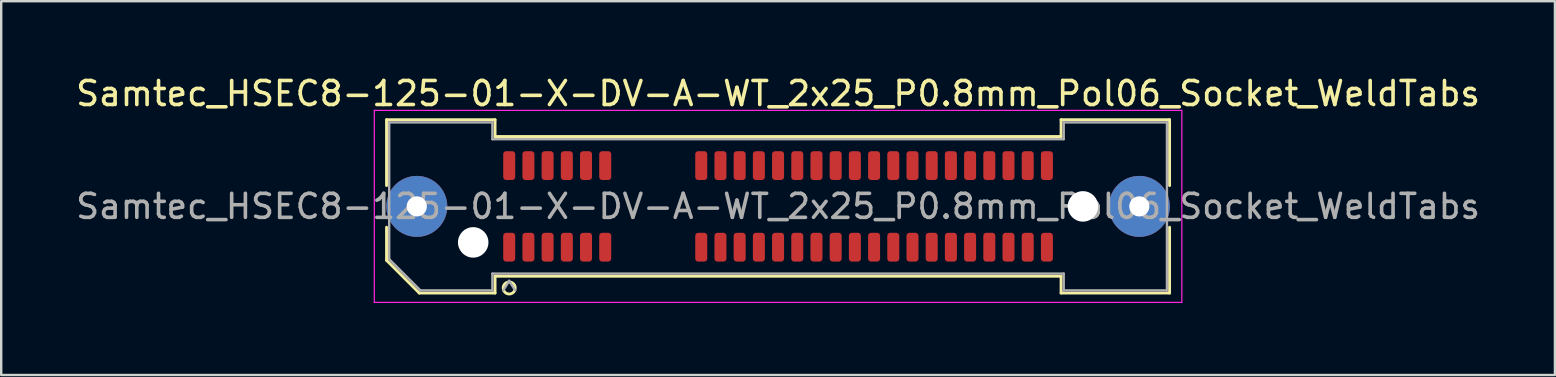
<source format=kicad_pcb>
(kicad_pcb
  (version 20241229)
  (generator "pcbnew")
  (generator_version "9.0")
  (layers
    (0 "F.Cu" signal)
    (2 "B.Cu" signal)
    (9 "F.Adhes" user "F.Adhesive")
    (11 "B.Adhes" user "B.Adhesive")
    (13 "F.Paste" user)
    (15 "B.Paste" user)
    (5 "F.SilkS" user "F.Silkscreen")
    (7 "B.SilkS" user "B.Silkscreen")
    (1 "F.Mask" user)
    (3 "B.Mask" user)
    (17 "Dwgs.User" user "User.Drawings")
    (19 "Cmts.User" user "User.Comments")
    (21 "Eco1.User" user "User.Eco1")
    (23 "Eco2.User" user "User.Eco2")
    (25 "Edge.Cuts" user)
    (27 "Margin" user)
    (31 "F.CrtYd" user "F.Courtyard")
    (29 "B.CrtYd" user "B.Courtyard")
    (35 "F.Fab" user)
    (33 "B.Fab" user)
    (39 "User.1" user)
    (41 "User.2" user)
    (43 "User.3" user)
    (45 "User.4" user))
  (footprint "Samtec_HSEC8-125-01-X-DV-A-WT_2x25_P0.8mm_Pol06_Socket_WeldTabs"
    (layer "F.Cu")
    (at 29.363 5.548)
    (property "Reference" "Samtec_HSEC8-125-01-X-DV-A-WT_2x25_P0.8mm_Pol06_Socket_WeldTabs" (at 0 -4.7 0) (layer "F.SilkS") (effects (font (size 1 1) (thickness 0.15))))
    (attr smd)
    (fp_line (start -16.31 -3.61) (end -11.79 -3.61) (stroke (width 0.12) (type solid)) (layer "F.SilkS"))
    (fp_line (start -16.31 -0.868) (end -16.31 -3.61) (stroke (width 0.12) (type solid)) (layer "F.SilkS"))
    (fp_line (start -16.31 2.246) (end -16.31 0.868) (stroke (width 0.12) (type solid)) (layer "F.SilkS"))
    (fp_line (start -14.946 3.61) (end -16.31 2.246) (stroke (width 0.12) (type solid)) (layer "F.SilkS"))
    (fp_line (start -11.79 -3.61) (end -11.79 -2.91) (stroke (width 0.12) (type solid)) (layer "F.SilkS"))
    (fp_line (start -11.79 -2.91) (end 11.79 -2.91) (stroke (width 0.12) (type solid)) (layer "F.SilkS"))
    (fp_line (start -11.79 2.91) (end -11.79 3.61) (stroke (width 0.12) (type solid)) (layer "F.SilkS"))
    (fp_line (start -11.79 3.61) (end -14.946 3.61) (stroke (width 0.12) (type solid)) (layer "F.SilkS"))
    (fp_line (start 11.79 -3.61) (end 16.31 -3.61) (stroke (width 0.12) (type solid)) (layer "F.SilkS"))
    (fp_line (start 11.79 -2.91) (end 11.79 -3.61) (stroke (width 0.12) (type solid)) (layer "F.SilkS"))
    (fp_line (start 11.79 2.91) (end -11.79 2.91) (stroke (width 0.12) (type solid)) (layer "F.SilkS"))
    (fp_line (start 11.79 3.61) (end 11.79 2.91) (stroke (width 0.12) (type solid)) (layer "F.SilkS"))
    (fp_line (start 16.31 -3.61) (end 16.31 -0.868) (stroke (width 0.12) (type solid)) (layer "F.SilkS"))
    (fp_line (start 16.31 0.868) (end 16.31 3.61) (stroke (width 0.12) (type solid)) (layer "F.SilkS"))
    (fp_line (start 16.31 3.61) (end 11.79 3.61) (stroke (width 0.12) (type solid)) (layer "F.SilkS"))
    (fp_arc (start -10.95 3.4) (mid -11.45 3.4) (end -10.95 3.4) (stroke (width 0.12) (type solid)) (layer "F.SilkS"))
    (fp_line (start -16.82 -4) (end -16.82 4) (stroke (width 0.05) (type solid)) (layer "F.CrtYd"))
    (fp_line (start -16.82 4) (end 16.82 4) (stroke (width 0.05) (type solid)) (layer "F.CrtYd"))
    (fp_line (start 16.82 -4) (end -16.82 -4) (stroke (width 0.05) (type solid)) (layer "F.CrtYd"))
    (fp_line (start 16.82 4) (end 16.82 -4) (stroke (width 0.05) (type solid)) (layer "F.CrtYd"))
    (fp_line (start -16.2 -3.5) (end -11.9 -3.5) (stroke (width 0.1) (type solid)) (layer "F.Fab"))
    (fp_line (start -16.2 2.2) (end -16.2 -3.5) (stroke (width 0.1) (type solid)) (layer "F.Fab"))
    (fp_line (start -14.9 3.5) (end -16.2 2.2) (stroke (width 0.1) (type solid)) (layer "F.Fab"))
    (fp_line (start -11.9 -3.5) (end -11.9 -2.8) (stroke (width 0.1) (type solid)) (layer "F.Fab"))
    (fp_line (start -11.9 -2.8) (end 11.9 -2.8) (stroke (width 0.1) (type solid)) (layer "F.Fab"))
    (fp_line (start -11.9 2.8) (end -11.9 3.5) (stroke (width 0.1) (type solid)) (layer "F.Fab"))
    (fp_line (start -11.9 3.5) (end -14.9 3.5) (stroke (width 0.1) (type solid)) (layer "F.Fab"))
    (fp_line (start -11.2 3.1) (end -11.45 3.5) (stroke (width 0.1) (type solid)) (layer "F.Fab"))
    (fp_line (start -11.2 3.1) (end -10.95 3.5) (stroke (width 0.1) (type solid)) (layer "F.Fab"))
    (fp_line (start 11.9 -3.5) (end 16.2 -3.5) (stroke (width 0.1) (type solid)) (layer "F.Fab"))
    (fp_line (start 11.9 -2.8) (end 11.9 -3.5) (stroke (width 0.1) (type solid)) (layer "F.Fab"))
    (fp_line (start 11.9 2.8) (end -11.9 2.8) (stroke (width 0.1) (type solid)) (layer "F.Fab"))
    (fp_line (start 11.9 3.5) (end 11.9 2.8) (stroke (width 0.1) (type solid)) (layer "F.Fab"))
    (fp_line (start 16.2 -3.5) (end 16.2 3.5) (stroke (width 0.1) (type solid)) (layer "F.Fab"))
    (fp_line (start 16.2 3.5) (end 11.9 3.5) (stroke (width 0.1) (type solid)) (layer "F.Fab"))
    (fp_text user "${REFERENCE}" (at 0 0 0) (layer "F.Fab") (effects (font (size 1 1) (thickness 0.15))))
    (pad "" thru_hole circle (at -15.05 0) (size 2.54 2.54) (drill 0.84) (layers "*.Cu" "*.Mask" "F.Paste"))
    (pad "" np_thru_hole circle (at -12.7 1.5) (size 1.27 1.27) (drill 1.27) (layers "*.Cu" "*.Mask"))
    (pad "" np_thru_hole circle (at 12.7 0) (size 1.27 1.27) (drill 1.27) (layers "*.Cu" "*.Mask"))
    (pad "" thru_hole circle (at 15.05 0) (size 2.54 2.54) (drill 0.84) (layers "*.Cu" "*.Mask" "F.Paste"))
    (pad "1" smd roundrect (at -11.2 1.7) (size 0.5 1.2) (layers "F.Cu" "F.Mask" "F.Paste") (roundrect_rratio 0.25))
    (pad "2" smd roundrect (at -11.2 -1.7) (size 0.5 1.2) (layers "F.Cu" "F.Mask" "F.Paste") (roundrect_rratio 0.25))
    (pad "3" smd roundrect (at -10.4 1.7) (size 0.5 1.2) (layers "F.Cu" "F.Mask" "F.Paste") (roundrect_rratio 0.25))
    (pad "4" smd roundrect (at -10.4 -1.7) (size 0.5 1.2) (layers "F.Cu" "F.Mask" "F.Paste") (roundrect_rratio 0.25))
    (pad "5" smd roundrect (at -9.6 1.7) (size 0.5 1.2) (layers "F.Cu" "F.Mask" "F.Paste") (roundrect_rratio 0.25))
    (pad "6" smd roundrect (at -9.6 -1.7) (size 0.5 1.2) (layers "F.Cu" "F.Mask" "F.Paste") (roundrect_rratio 0.25))
    (pad "7" smd roundrect (at -8.8 1.7) (size 0.5 1.2) (layers "F.Cu" "F.Mask" "F.Paste") (roundrect_rratio 0.25))
    (pad "8" smd roundrect (at -8.8 -1.7) (size 0.5 1.2) (layers "F.Cu" "F.Mask" "F.Paste") (roundrect_rratio 0.25))
    (pad "9" smd roundrect (at -8 1.7) (size 0.5 1.2) (layers "F.Cu" "F.Mask" "F.Paste") (roundrect_rratio 0.25))
    (pad "10" smd roundrect (at -8 -1.7) (size 0.5 1.2) (layers "F.Cu" "F.Mask" "F.Paste") (roundrect_rratio 0.25))
    (pad "11" smd roundrect (at -7.2 1.7) (size 0.5 1.2) (layers "F.Cu" "F.Mask" "F.Paste") (roundrect_rratio 0.25))
    (pad "12" smd roundrect (at -7.2 -1.7) (size 0.5 1.2) (layers "F.Cu" "F.Mask" "F.Paste") (roundrect_rratio 0.25))
    (pad "13" smd roundrect (at -3.2 1.7) (size 0.5 1.2) (layers "F.Cu" "F.Mask" "F.Paste") (roundrect_rratio 0.25))
    (pad "14" smd roundrect (at -3.2 -1.7) (size 0.5 1.2) (layers "F.Cu" "F.Mask" "F.Paste") (roundrect_rratio 0.25))
    (pad "15" smd roundrect (at -2.4 1.7) (size 0.5 1.2) (layers "F.Cu" "F.Mask" "F.Paste") (roundrect_rratio 0.25))
    (pad "16" smd roundrect (at -2.4 -1.7) (size 0.5 1.2) (layers "F.Cu" "F.Mask" "F.Paste") (roundrect_rratio 0.25))
    (pad "17" smd roundrect (at -1.6 1.7) (size 0.5 1.2) (layers "F.Cu" "F.Mask" "F.Paste") (roundrect_rratio 0.25))
    (pad "18" smd roundrect (at -1.6 -1.7) (size 0.5 1.2) (layers "F.Cu" "F.Mask" "F.Paste") (roundrect_rratio 0.25))
    (pad "19" smd roundrect (at -0.8 1.7) (size 0.5 1.2) (layers "F.Cu" "F.Mask" "F.Paste") (roundrect_rratio 0.25))
    (pad "20" smd roundrect (at -0.8 -1.7) (size 0.5 1.2) (layers "F.Cu" "F.Mask" "F.Paste") (roundrect_rratio 0.25))
    (pad "21" smd roundrect (at 0 1.7) (size 0.5 1.2) (layers "F.Cu" "F.Mask" "F.Paste") (roundrect_rratio 0.25))
    (pad "22" smd roundrect (at 0 -1.7) (size 0.5 1.2) (layers "F.Cu" "F.Mask" "F.Paste") (roundrect_rratio 0.25))
    (pad "23" smd roundrect (at 0.8 1.7) (size 0.5 1.2) (layers "F.Cu" "F.Mask" "F.Paste") (roundrect_rratio 0.25))
    (pad "24" smd roundrect (at 0.8 -1.7) (size 0.5 1.2) (layers "F.Cu" "F.Mask" "F.Paste") (roundrect_rratio 0.25))
    (pad "25" smd roundrect (at 1.6 1.7) (size 0.5 1.2) (layers "F.Cu" "F.Mask" "F.Paste") (roundrect_rratio 0.25))
    (pad "26" smd roundrect (at 1.6 -1.7) (size 0.5 1.2) (layers "F.Cu" "F.Mask" "F.Paste") (roundrect_rratio 0.25))
    (pad "27" smd roundrect (at 2.4 1.7) (size 0.5 1.2) (layers "F.Cu" "F.Mask" "F.Paste") (roundrect_rratio 0.25))
    (pad "28" smd roundrect (at 2.4 -1.7) (size 0.5 1.2) (layers "F.Cu" "F.Mask" "F.Paste") (roundrect_rratio 0.25))
    (pad "29" smd roundrect (at 3.2 1.7) (size 0.5 1.2) (layers "F.Cu" "F.Mask" "F.Paste") (roundrect_rratio 0.25))
    (pad "30" smd roundrect (at 3.2 -1.7) (size 0.5 1.2) (layers "F.Cu" "F.Mask" "F.Paste") (roundrect_rratio 0.25))
    (pad "31" smd roundrect (at 4 1.7) (size 0.5 1.2) (layers "F.Cu" "F.Mask" "F.Paste") (roundrect_rratio 0.25))
    (pad "32" smd roundrect (at 4 -1.7) (size 0.5 1.2) (layers "F.Cu" "F.Mask" "F.Paste") (roundrect_rratio 0.25))
    (pad "33" smd roundrect (at 4.8 1.7) (size 0.5 1.2) (layers "F.Cu" "F.Mask" "F.Paste") (roundrect_rratio 0.25))
    (pad "34" smd roundrect (at 4.8 -1.7) (size 0.5 1.2) (layers "F.Cu" "F.Mask" "F.Paste") (roundrect_rratio 0.25))
    (pad "35" smd roundrect (at 5.6 1.7) (size 0.5 1.2) (layers "F.Cu" "F.Mask" "F.Paste") (roundrect_rratio 0.25))
    (pad "36" smd roundrect (at 5.6 -1.7) (size 0.5 1.2) (layers "F.Cu" "F.Mask" "F.Paste") (roundrect_rratio 0.25))
    (pad "37" smd roundrect (at 6.4 1.7) (size 0.5 1.2) (layers "F.Cu" "F.Mask" "F.Paste") (roundrect_rratio 0.25))
    (pad "38" smd roundrect (at 6.4 -1.7) (size 0.5 1.2) (layers "F.Cu" "F.Mask" "F.Paste") (roundrect_rratio 0.25))
    (pad "39" smd roundrect (at 7.2 1.7) (size 0.5 1.2) (layers "F.Cu" "F.Mask" "F.Paste") (roundrect_rratio 0.25))
    (pad "40" smd roundrect (at 7.2 -1.7) (size 0.5 1.2) (layers "F.Cu" "F.Mask" "F.Paste") (roundrect_rratio 0.25))
    (pad "41" smd roundrect (at 8 1.7) (size 0.5 1.2) (layers "F.Cu" "F.Mask" "F.Paste") (roundrect_rratio 0.25))
    (pad "42" smd roundrect (at 8 -1.7) (size 0.5 1.2) (layers "F.Cu" "F.Mask" "F.Paste") (roundrect_rratio 0.25))
    (pad "43" smd roundrect (at 8.8 1.7) (size 0.5 1.2) (layers "F.Cu" "F.Mask" "F.Paste") (roundrect_rratio 0.25))
    (pad "44" smd roundrect (at 8.8 -1.7) (size 0.5 1.2) (layers "F.Cu" "F.Mask" "F.Paste") (roundrect_rratio 0.25))
    (pad "45" smd roundrect (at 9.6 1.7) (size 0.5 1.2) (layers "F.Cu" "F.Mask" "F.Paste") (roundrect_rratio 0.25))
    (pad "46" smd roundrect (at 9.6 -1.7) (size 0.5 1.2) (layers "F.Cu" "F.Mask" "F.Paste") (roundrect_rratio 0.25))
    (pad "47" smd roundrect (at 10.4 1.7) (size 0.5 1.2) (layers "F.Cu" "F.Mask" "F.Paste") (roundrect_rratio 0.25))
    (pad "48" smd roundrect (at 10.4 -1.7) (size 0.5 1.2) (layers "F.Cu" "F.Mask" "F.Paste") (roundrect_rratio 0.25))
    (pad "49" smd roundrect (at 11.2 1.7) (size 0.5 1.2) (layers "F.Cu" "F.Mask" "F.Paste") (roundrect_rratio 0.25))
    (pad "50" smd roundrect (at 11.2 -1.7) (size 0.5 1.2) (layers "F.Cu" "F.Mask" "F.Paste") (roundrect_rratio 0.25)))
  (gr_rect
    (start -3 -3)
    (end 61.726 12.573)
    (stroke (width 0.1) (type default))
    (fill no)
    (layer "Edge.Cuts")))
</source>
